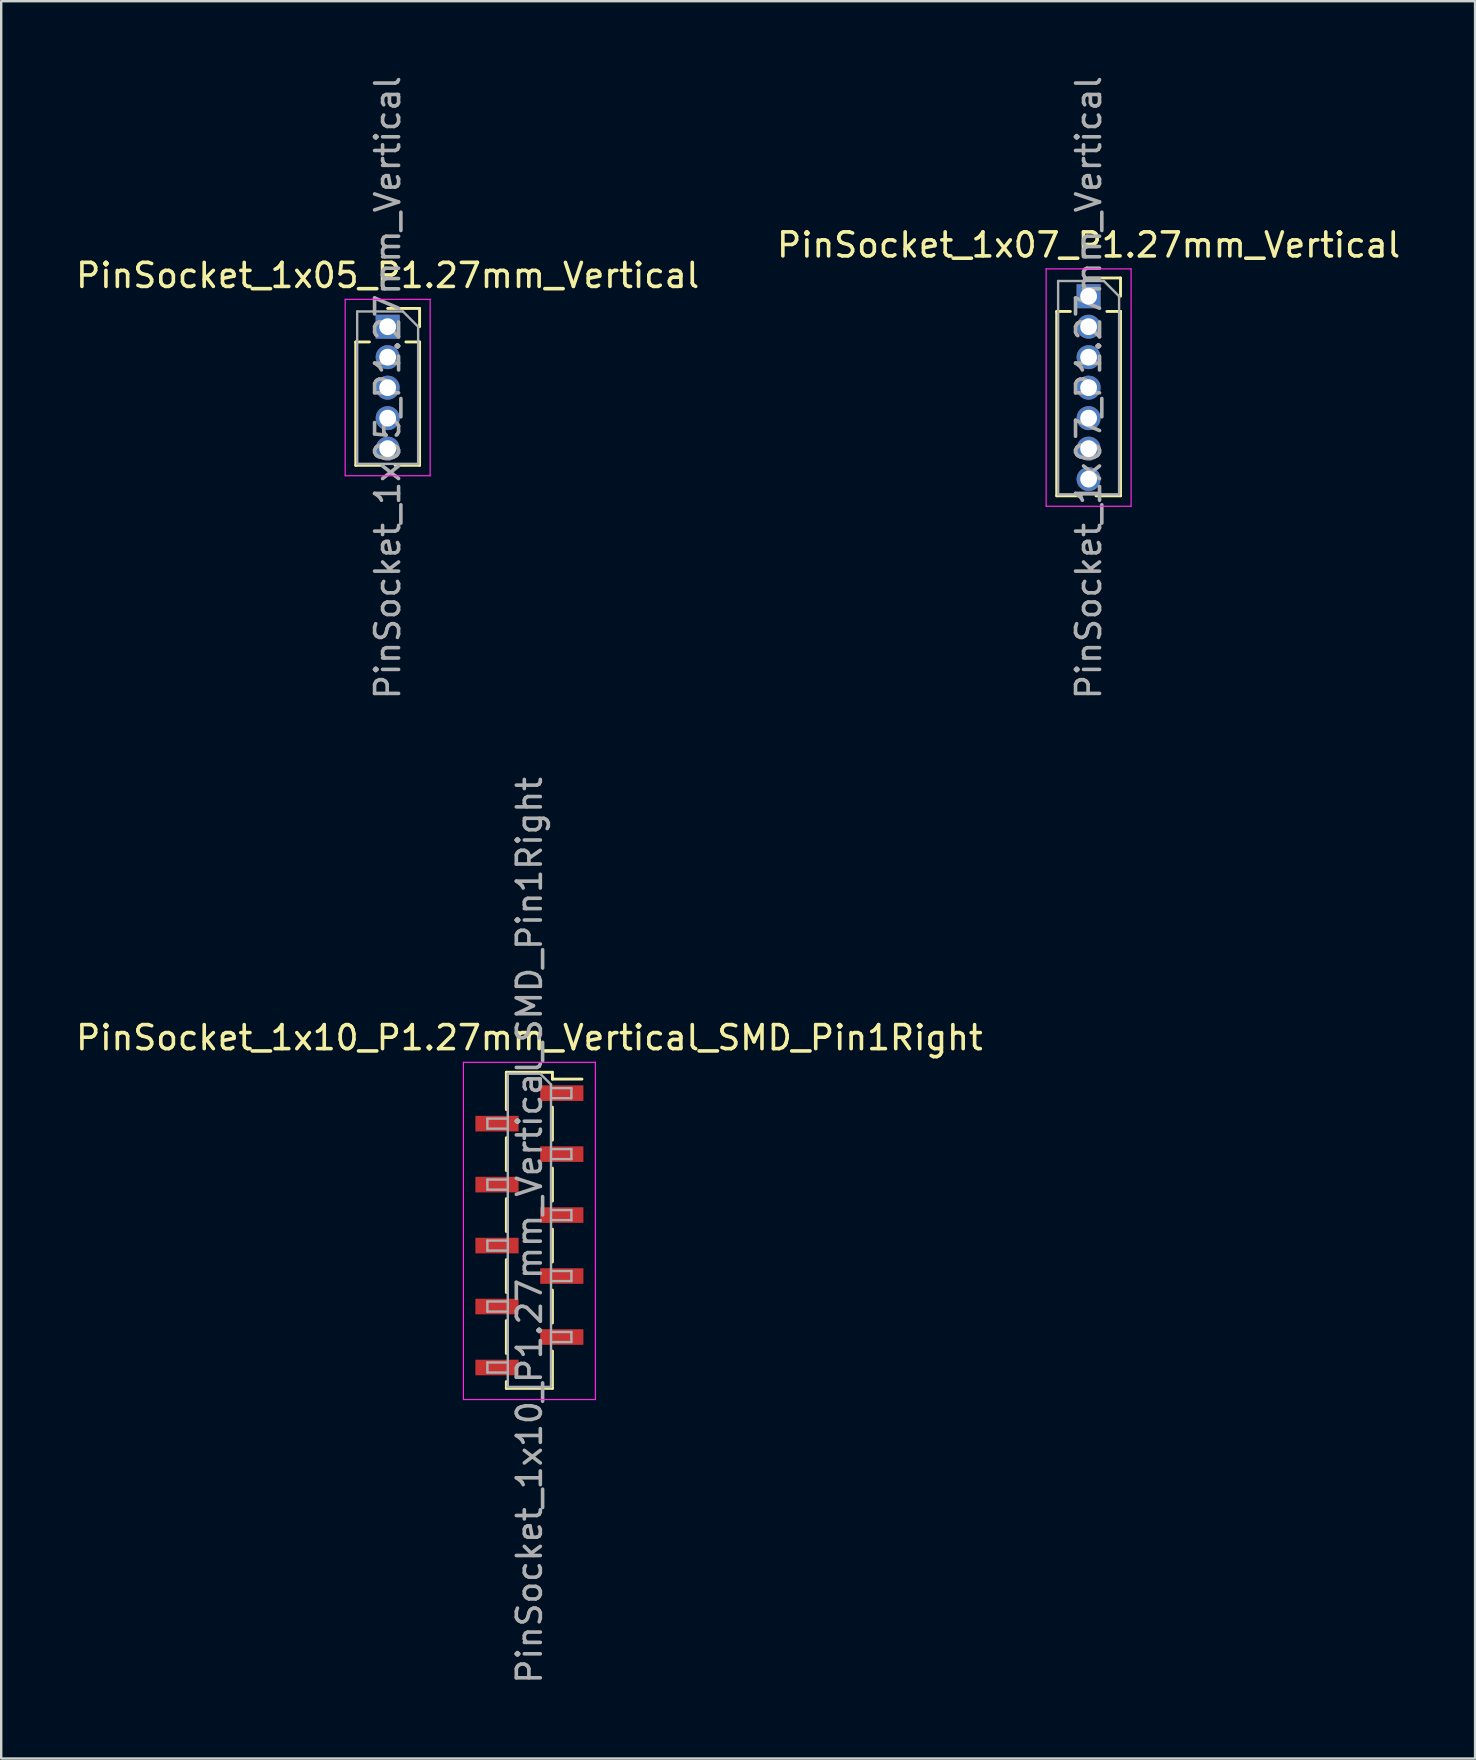
<source format=kicad_pcb>
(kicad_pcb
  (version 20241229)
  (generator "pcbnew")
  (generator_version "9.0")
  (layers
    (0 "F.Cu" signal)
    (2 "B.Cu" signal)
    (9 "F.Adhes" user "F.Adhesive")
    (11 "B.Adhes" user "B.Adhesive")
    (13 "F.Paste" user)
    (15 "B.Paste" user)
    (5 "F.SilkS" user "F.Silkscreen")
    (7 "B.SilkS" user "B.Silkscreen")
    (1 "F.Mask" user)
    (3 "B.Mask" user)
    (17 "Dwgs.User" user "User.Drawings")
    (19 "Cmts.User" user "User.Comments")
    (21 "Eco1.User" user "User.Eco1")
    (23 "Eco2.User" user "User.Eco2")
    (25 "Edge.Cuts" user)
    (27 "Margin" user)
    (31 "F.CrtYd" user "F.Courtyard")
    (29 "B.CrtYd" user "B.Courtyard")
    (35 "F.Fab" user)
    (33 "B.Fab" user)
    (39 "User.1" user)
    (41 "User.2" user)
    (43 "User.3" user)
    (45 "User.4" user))
  (footprint "PinSocket_1x05_P1.27mm_Vertical"
    (layer "F.Cu")
    (at 13.101 10.561)
    (property "Reference" "PinSocket_1x05_P1.27mm_Vertical" (at 0 -2.135 0) (layer "F.SilkS") (effects (font (size 1 1) (thickness 0.15))))
    (attr through_hole)
    (fp_line (start -1.33 0.635) (end -1.33 5.775) (stroke (width 0.12) (type solid)) (layer "F.SilkS"))
    (fp_line (start -1.33 0.635) (end -0.76 0.635) (stroke (width 0.12) (type solid)) (layer "F.SilkS"))
    (fp_line (start -1.33 5.775) (end -0.308 5.775) (stroke (width 0.12) (type solid)) (layer "F.SilkS"))
    (fp_line (start 0 -0.76) (end 1.33 -0.76) (stroke (width 0.12) (type solid)) (layer "F.SilkS"))
    (fp_line (start 0.308 5.775) (end 1.33 5.775) (stroke (width 0.12) (type solid)) (layer "F.SilkS"))
    (fp_line (start 0.76 0.635) (end 1.33 0.635) (stroke (width 0.12) (type solid)) (layer "F.SilkS"))
    (fp_line (start 1.33 -0.76) (end 1.33 0) (stroke (width 0.12) (type solid)) (layer "F.SilkS"))
    (fp_line (start 1.33 0.635) (end 1.33 5.775) (stroke (width 0.12) (type solid)) (layer "F.SilkS"))
    (fp_line (start -1.77 -1.14) (end 1.77 -1.14) (stroke (width 0.05) (type solid)) (layer "F.CrtYd"))
    (fp_line (start -1.77 6.21) (end -1.77 -1.14) (stroke (width 0.05) (type solid)) (layer "F.CrtYd"))
    (fp_line (start 1.77 -1.14) (end 1.77 6.21) (stroke (width 0.05) (type solid)) (layer "F.CrtYd"))
    (fp_line (start 1.77 6.21) (end -1.77 6.21) (stroke (width 0.05) (type solid)) (layer "F.CrtYd"))
    (fp_line (start -1.27 -0.635) (end 0.635 -0.635) (stroke (width 0.1) (type solid)) (layer "F.Fab"))
    (fp_line (start -1.27 5.715) (end -1.27 -0.635) (stroke (width 0.1) (type solid)) (layer "F.Fab"))
    (fp_line (start 0.635 -0.635) (end 1.27 0) (stroke (width 0.1) (type solid)) (layer "F.Fab"))
    (fp_line (start 1.27 0) (end 1.27 5.715) (stroke (width 0.1) (type solid)) (layer "F.Fab"))
    (fp_line (start 1.27 5.715) (end -1.27 5.715) (stroke (width 0.1) (type solid)) (layer "F.Fab"))
    (fp_text user "${REFERENCE}" (at 0 2.54 90) (layer "F.Fab") (effects (font (size 1 1) (thickness 0.15))))
    (pad "1" thru_hole rect (at 0 0) (size 1 1) (drill 0.7) (layers "*.Cu" "*.Mask"))
    (pad "2" thru_hole circle (at 0 1.27) (size 1 1) (drill 0.7) (layers "*.Cu" "*.Mask"))
    (pad "3" thru_hole circle (at 0 2.54) (size 1 1) (drill 0.7) (layers "*.Cu" "*.Mask"))
    (pad "4" thru_hole circle (at 0 3.81) (size 1 1) (drill 0.7) (layers "*.Cu" "*.Mask"))
    (pad "5" thru_hole circle (at 0 5.08) (size 1 1) (drill 0.7) (layers "*.Cu" "*.Mask")))
  (footprint "PinSocket_1x10_P1.27mm_Vertical_SMD_Pin1Right"
    (layer "F.Cu")
    (at 19.006 48.208)
    (property "Reference" "PinSocket_1x10_P1.27mm_Vertical_SMD_Pin1Right" (at 0 -8.025 0) (layer "F.SilkS") (effects (font (size 1 1) (thickness 0.15))))
    (attr smd)
    (fp_line (start -0.96 -6.585) (end -0.96 -5.03) (stroke (width 0.12) (type solid)) (layer "F.SilkS"))
    (fp_line (start -0.96 -6.585) (end 0.96 -6.585) (stroke (width 0.12) (type solid)) (layer "F.SilkS"))
    (fp_line (start -0.96 -3.86) (end -0.96 -2.49) (stroke (width 0.12) (type solid)) (layer "F.SilkS"))
    (fp_line (start -0.96 -1.32) (end -0.96 0.05) (stroke (width 0.12) (type solid)) (layer "F.SilkS"))
    (fp_line (start -0.96 1.22) (end -0.96 2.59) (stroke (width 0.12) (type solid)) (layer "F.SilkS"))
    (fp_line (start -0.96 3.76) (end -0.96 5.13) (stroke (width 0.12) (type solid)) (layer "F.SilkS"))
    (fp_line (start -0.96 6.3) (end -0.96 6.585) (stroke (width 0.12) (type solid)) (layer "F.SilkS"))
    (fp_line (start -0.96 6.585) (end 0.96 6.585) (stroke (width 0.12) (type solid)) (layer "F.SilkS"))
    (fp_line (start 0.96 -6.585) (end 0.96 -6.3) (stroke (width 0.12) (type solid)) (layer "F.SilkS"))
    (fp_line (start 0.96 -6.3) (end 2.19 -6.3) (stroke (width 0.12) (type solid)) (layer "F.SilkS"))
    (fp_line (start 0.96 -5.13) (end 0.96 -3.76) (stroke (width 0.12) (type solid)) (layer "F.SilkS"))
    (fp_line (start 0.96 -2.59) (end 0.96 -1.22) (stroke (width 0.12) (type solid)) (layer "F.SilkS"))
    (fp_line (start 0.96 -0.05) (end 0.96 1.32) (stroke (width 0.12) (type solid)) (layer "F.SilkS"))
    (fp_line (start 0.96 2.49) (end 0.96 3.86) (stroke (width 0.12) (type solid)) (layer "F.SilkS"))
    (fp_line (start 0.96 5.03) (end 0.96 6.585) (stroke (width 0.12) (type solid)) (layer "F.SilkS"))
    (fp_line (start -2.75 -7) (end 2.75 -7) (stroke (width 0.05) (type solid)) (layer "F.CrtYd"))
    (fp_line (start -2.75 7.05) (end -2.75 -7) (stroke (width 0.05) (type solid)) (layer "F.CrtYd"))
    (fp_line (start 2.75 -7) (end 2.75 7.05) (stroke (width 0.05) (type solid)) (layer "F.CrtYd"))
    (fp_line (start 2.75 7.05) (end -2.75 7.05) (stroke (width 0.05) (type solid)) (layer "F.CrtYd"))
    (fp_line (start -1.75 -4.655) (end -0.9 -4.655) (stroke (width 0.1) (type solid)) (layer "F.Fab"))
    (fp_line (start -1.75 -4.235) (end -1.75 -4.655) (stroke (width 0.1) (type solid)) (layer "F.Fab"))
    (fp_line (start -1.75 -2.115) (end -0.9 -2.115) (stroke (width 0.1) (type solid)) (layer "F.Fab"))
    (fp_line (start -1.75 -1.695) (end -1.75 -2.115) (stroke (width 0.1) (type solid)) (layer "F.Fab"))
    (fp_line (start -1.75 0.425) (end -0.9 0.425) (stroke (width 0.1) (type solid)) (layer "F.Fab"))
    (fp_line (start -1.75 0.845) (end -1.75 0.425) (stroke (width 0.1) (type solid)) (layer "F.Fab"))
    (fp_line (start -1.75 2.965) (end -0.9 2.965) (stroke (width 0.1) (type solid)) (layer "F.Fab"))
    (fp_line (start -1.75 3.385) (end -1.75 2.965) (stroke (width 0.1) (type solid)) (layer "F.Fab"))
    (fp_line (start -1.75 5.505) (end -0.9 5.505) (stroke (width 0.1) (type solid)) (layer "F.Fab"))
    (fp_line (start -1.75 5.925) (end -1.75 5.505) (stroke (width 0.1) (type solid)) (layer "F.Fab"))
    (fp_line (start -0.9 -6.525) (end 0.45 -6.525) (stroke (width 0.1) (type solid)) (layer "F.Fab"))
    (fp_line (start -0.9 -4.235) (end -1.75 -4.235) (stroke (width 0.1) (type solid)) (layer "F.Fab"))
    (fp_line (start -0.9 -1.695) (end -1.75 -1.695) (stroke (width 0.1) (type solid)) (layer "F.Fab"))
    (fp_line (start -0.9 0.845) (end -1.75 0.845) (stroke (width 0.1) (type solid)) (layer "F.Fab"))
    (fp_line (start -0.9 3.385) (end -1.75 3.385) (stroke (width 0.1) (type solid)) (layer "F.Fab"))
    (fp_line (start -0.9 5.925) (end -1.75 5.925) (stroke (width 0.1) (type solid)) (layer "F.Fab"))
    (fp_line (start -0.9 6.525) (end -0.9 -6.525) (stroke (width 0.1) (type solid)) (layer "F.Fab"))
    (fp_line (start 0.45 -6.525) (end 0.9 -6.075) (stroke (width 0.1) (type solid)) (layer "F.Fab"))
    (fp_line (start 0.9 -6.075) (end 0.9 6.525) (stroke (width 0.1) (type solid)) (layer "F.Fab"))
    (fp_line (start 0.9 -5.925) (end 1.75 -5.925) (stroke (width 0.1) (type solid)) (layer "F.Fab"))
    (fp_line (start 0.9 -3.385) (end 1.75 -3.385) (stroke (width 0.1) (type solid)) (layer "F.Fab"))
    (fp_line (start 0.9 -0.845) (end 1.75 -0.845) (stroke (width 0.1) (type solid)) (layer "F.Fab"))
    (fp_line (start 0.9 1.695) (end 1.75 1.695) (stroke (width 0.1) (type solid)) (layer "F.Fab"))
    (fp_line (start 0.9 4.235) (end 1.75 4.235) (stroke (width 0.1) (type solid)) (layer "F.Fab"))
    (fp_line (start 0.9 6.525) (end -0.9 6.525) (stroke (width 0.1) (type solid)) (layer "F.Fab"))
    (fp_line (start 1.75 -5.925) (end 1.75 -5.505) (stroke (width 0.1) (type solid)) (layer "F.Fab"))
    (fp_line (start 1.75 -5.505) (end 0.9 -5.505) (stroke (width 0.1) (type solid)) (layer "F.Fab"))
    (fp_line (start 1.75 -3.385) (end 1.75 -2.965) (stroke (width 0.1) (type solid)) (layer "F.Fab"))
    (fp_line (start 1.75 -2.965) (end 0.9 -2.965) (stroke (width 0.1) (type solid)) (layer "F.Fab"))
    (fp_line (start 1.75 -0.845) (end 1.75 -0.425) (stroke (width 0.1) (type solid)) (layer "F.Fab"))
    (fp_line (start 1.75 -0.425) (end 0.9 -0.425) (stroke (width 0.1) (type solid)) (layer "F.Fab"))
    (fp_line (start 1.75 1.695) (end 1.75 2.115) (stroke (width 0.1) (type solid)) (layer "F.Fab"))
    (fp_line (start 1.75 2.115) (end 0.9 2.115) (stroke (width 0.1) (type solid)) (layer "F.Fab"))
    (fp_line (start 1.75 4.235) (end 1.75 4.655) (stroke (width 0.1) (type solid)) (layer "F.Fab"))
    (fp_line (start 1.75 4.655) (end 0.9 4.655) (stroke (width 0.1) (type solid)) (layer "F.Fab"))
    (fp_text user "${REFERENCE}" (at 0 0 90) (layer "F.Fab") (effects (font (size 1 1) (thickness 0.15))))
    (pad "1" smd rect (at 1.35 -5.715) (size 1.8 0.65) (layers "F.Cu" "F.Mask" "F.Paste"))
    (pad "2" smd rect (at -1.35 -4.445) (size 1.8 0.65) (layers "F.Cu" "F.Mask" "F.Paste"))
    (pad "3" smd rect (at 1.35 -3.175) (size 1.8 0.65) (layers "F.Cu" "F.Mask" "F.Paste"))
    (pad "4" smd rect (at -1.35 -1.905) (size 1.8 0.65) (layers "F.Cu" "F.Mask" "F.Paste"))
    (pad "5" smd rect (at 1.35 -0.635) (size 1.8 0.65) (layers "F.Cu" "F.Mask" "F.Paste"))
    (pad "6" smd rect (at -1.35 0.635) (size 1.8 0.65) (layers "F.Cu" "F.Mask" "F.Paste"))
    (pad "7" smd rect (at 1.35 1.905) (size 1.8 0.65) (layers "F.Cu" "F.Mask" "F.Paste"))
    (pad "8" smd rect (at -1.35 3.175) (size 1.8 0.65) (layers "F.Cu" "F.Mask" "F.Paste"))
    (pad "9" smd rect (at 1.35 4.445) (size 1.8 0.65) (layers "F.Cu" "F.Mask" "F.Paste"))
    (pad "10" smd rect (at -1.35 5.715) (size 1.8 0.65) (layers "F.Cu" "F.Mask" "F.Paste")))
  (footprint "PinSocket_1x07_P1.27mm_Vertical"
    (layer "F.Cu")
    (at 42.304 9.291)
    (property "Reference" "PinSocket_1x07_P1.27mm_Vertical" (at 0 -2.135 0) (layer "F.SilkS") (effects (font (size 1 1) (thickness 0.15))))
    (attr through_hole)
    (fp_line (start -1.33 0.635) (end -1.33 8.315) (stroke (width 0.12) (type solid)) (layer "F.SilkS"))
    (fp_line (start -1.33 0.635) (end -0.76 0.635) (stroke (width 0.12) (type solid)) (layer "F.SilkS"))
    (fp_line (start -1.33 8.315) (end -0.308 8.315) (stroke (width 0.12) (type solid)) (layer "F.SilkS"))
    (fp_line (start 0 -0.76) (end 1.33 -0.76) (stroke (width 0.12) (type solid)) (layer "F.SilkS"))
    (fp_line (start 0.308 8.315) (end 1.33 8.315) (stroke (width 0.12) (type solid)) (layer "F.SilkS"))
    (fp_line (start 0.76 0.635) (end 1.33 0.635) (stroke (width 0.12) (type solid)) (layer "F.SilkS"))
    (fp_line (start 1.33 -0.76) (end 1.33 0) (stroke (width 0.12) (type solid)) (layer "F.SilkS"))
    (fp_line (start 1.33 0.635) (end 1.33 8.315) (stroke (width 0.12) (type solid)) (layer "F.SilkS"))
    (fp_line (start -1.77 -1.14) (end 1.77 -1.14) (stroke (width 0.05) (type solid)) (layer "F.CrtYd"))
    (fp_line (start -1.77 8.75) (end -1.77 -1.14) (stroke (width 0.05) (type solid)) (layer "F.CrtYd"))
    (fp_line (start 1.77 -1.14) (end 1.77 8.75) (stroke (width 0.05) (type solid)) (layer "F.CrtYd"))
    (fp_line (start 1.77 8.75) (end -1.77 8.75) (stroke (width 0.05) (type solid)) (layer "F.CrtYd"))
    (fp_line (start -1.27 -0.635) (end 0.635 -0.635) (stroke (width 0.1) (type solid)) (layer "F.Fab"))
    (fp_line (start -1.27 8.255) (end -1.27 -0.635) (stroke (width 0.1) (type solid)) (layer "F.Fab"))
    (fp_line (start 0.635 -0.635) (end 1.27 0) (stroke (width 0.1) (type solid)) (layer "F.Fab"))
    (fp_line (start 1.27 0) (end 1.27 8.255) (stroke (width 0.1) (type solid)) (layer "F.Fab"))
    (fp_line (start 1.27 8.255) (end -1.27 8.255) (stroke (width 0.1) (type solid)) (layer "F.Fab"))
    (fp_text user "${REFERENCE}" (at 0 3.81 90) (layer "F.Fab") (effects (font (size 1 1) (thickness 0.15))))
    (pad "1" thru_hole rect (at 0 0) (size 1 1) (drill 0.7) (layers "*.Cu" "*.Mask"))
    (pad "2" thru_hole circle (at 0 1.27) (size 1 1) (drill 0.7) (layers "*.Cu" "*.Mask"))
    (pad "3" thru_hole circle (at 0 2.54) (size 1 1) (drill 0.7) (layers "*.Cu" "*.Mask"))
    (pad "4" thru_hole circle (at 0 3.81) (size 1 1) (drill 0.7) (layers "*.Cu" "*.Mask"))
    (pad "5" thru_hole circle (at 0 5.08) (size 1 1) (drill 0.7) (layers "*.Cu" "*.Mask"))
    (pad "6" thru_hole circle (at 0 6.35) (size 1 1) (drill 0.7) (layers "*.Cu" "*.Mask"))
    (pad "7" thru_hole circle (at 0 7.62) (size 1 1) (drill 0.7) (layers "*.Cu" "*.Mask")))
  (gr_rect
    (start -3 -3)
    (end 58.405 70.214)
    (stroke (width 0.1) (type default))
    (fill no)
    (layer "Edge.Cuts")))
</source>
